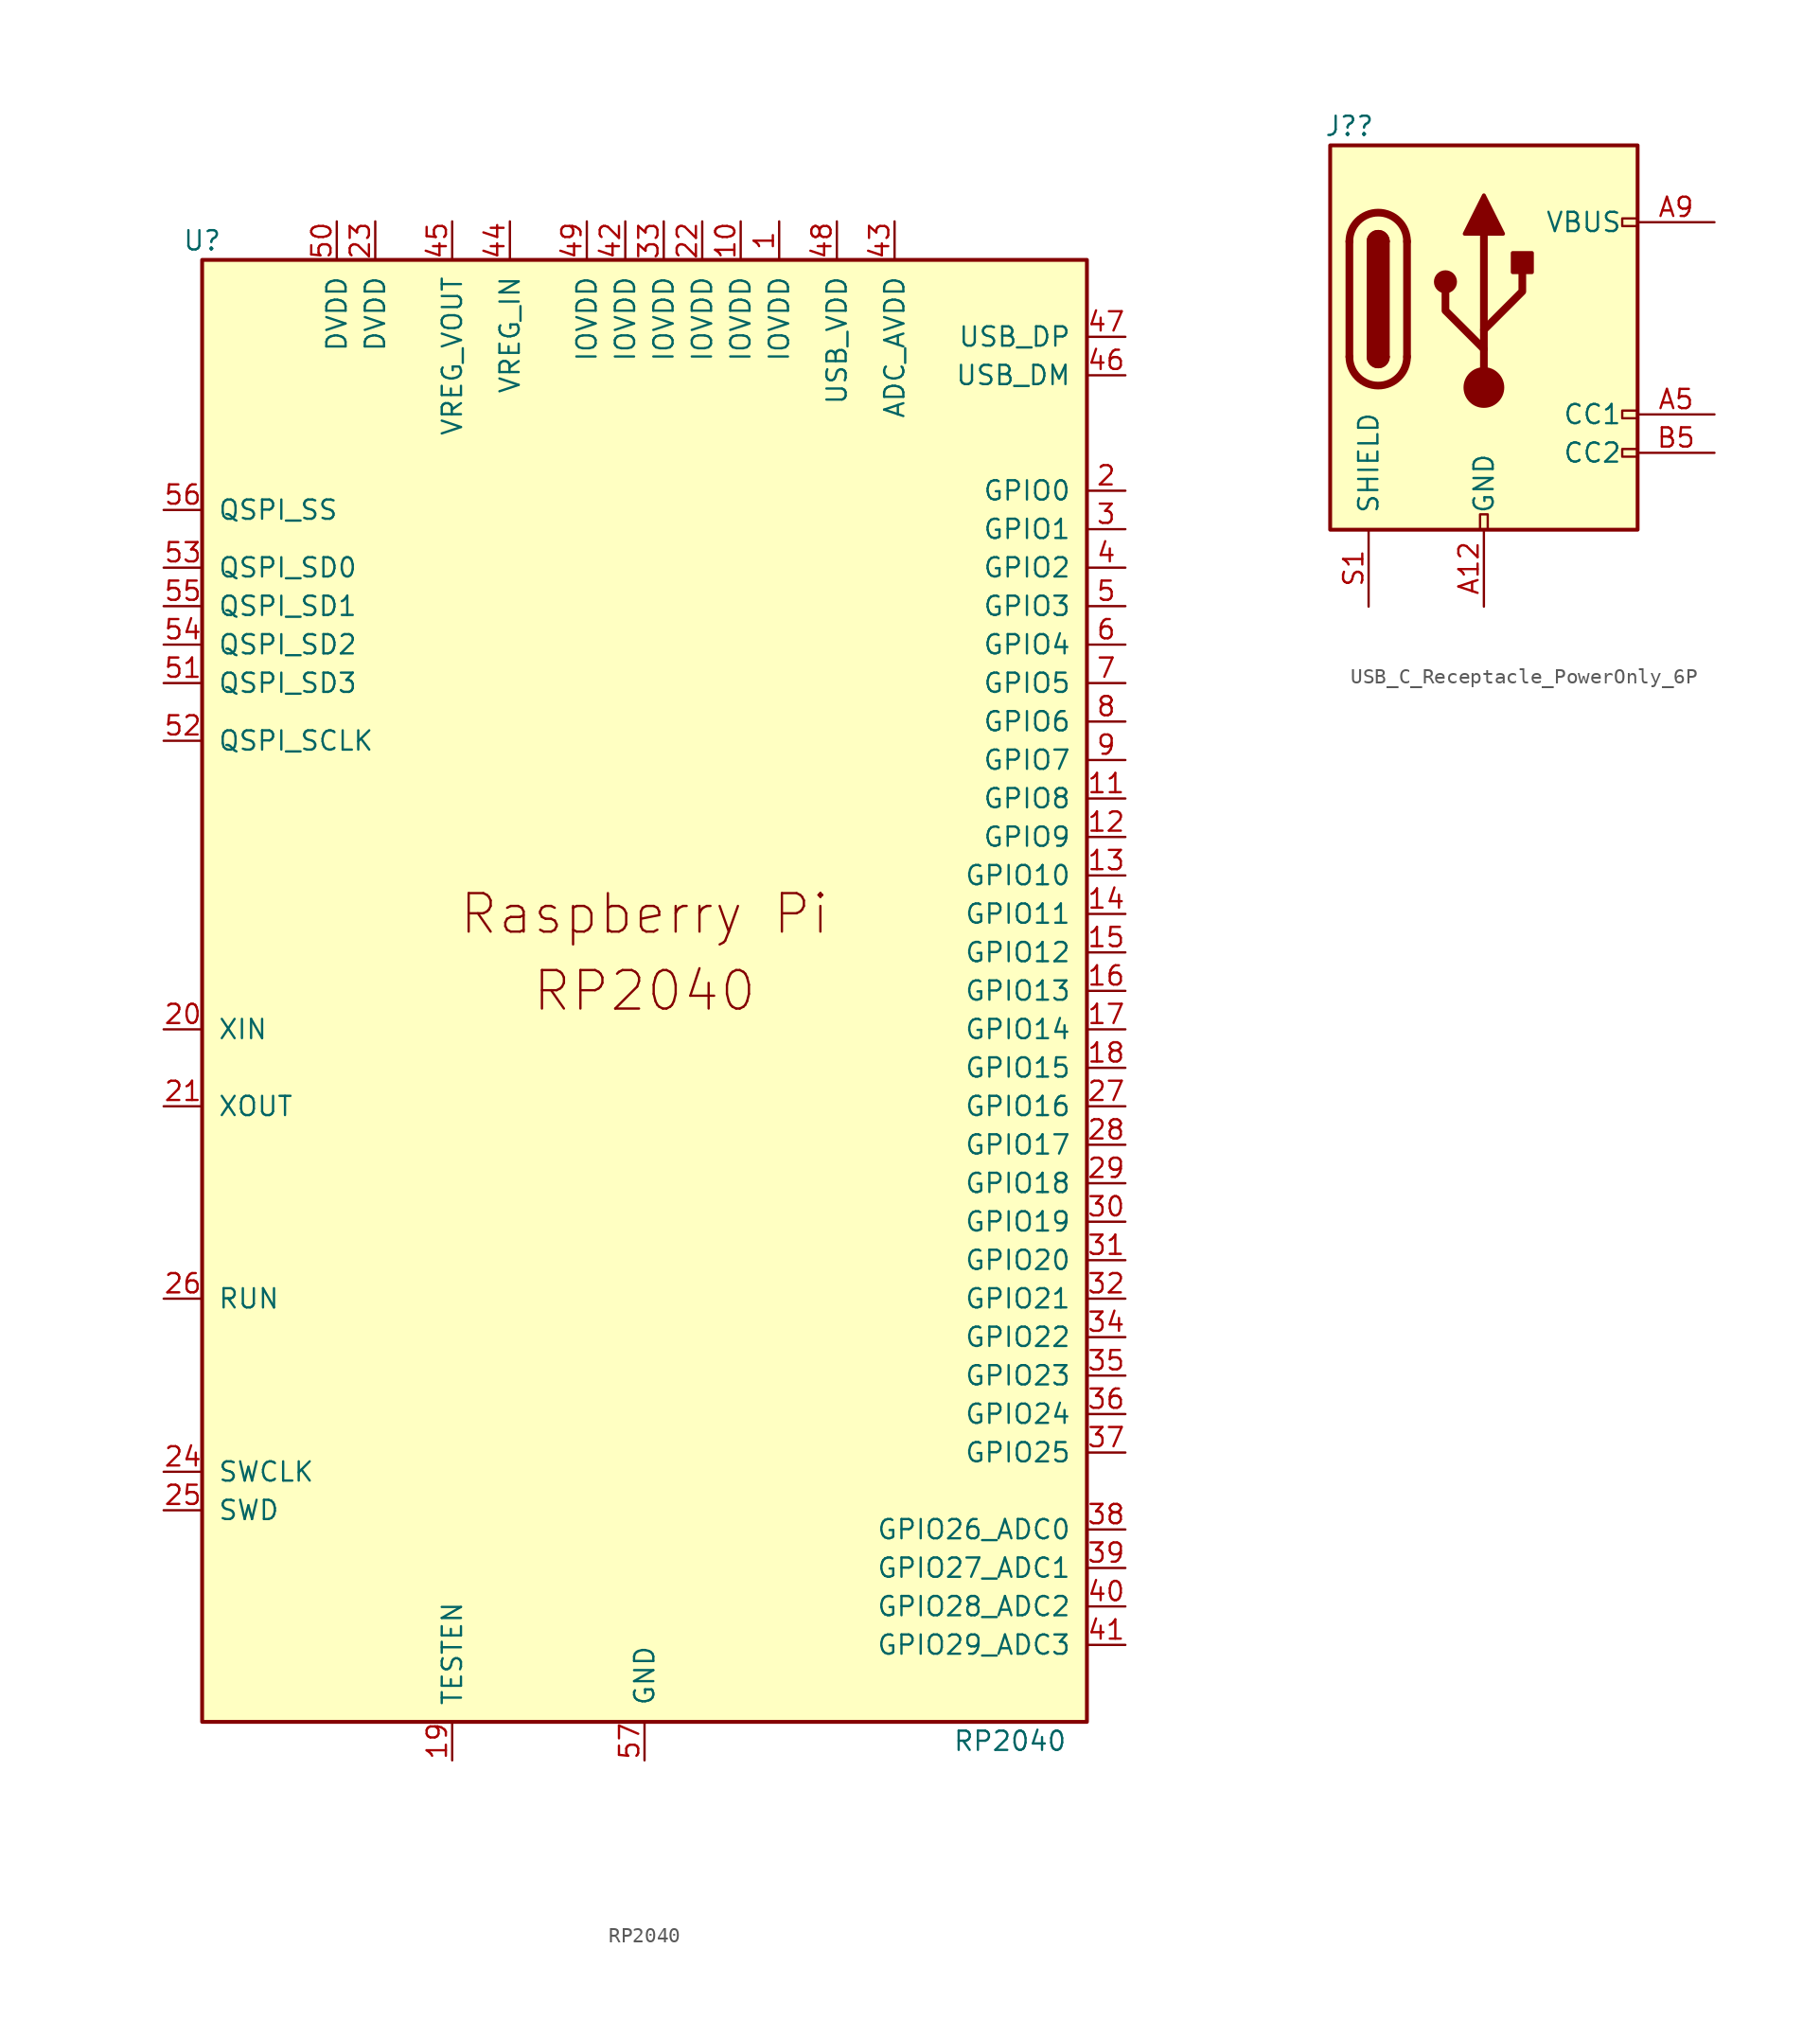
<source format=kicad_sym>
(kicad_symbol_lib
  (version 20241209)
  (generator "kicad_symbol_editor")
  (generator_version "9.0")
  (symbol "RP2040"
    (pin_names
      (offset 1.016))
    (property "Reference" "U"
      (at -29.21 49.53 0)
      (effects (font (size 1.27 1.27))))
    (property "Value" "RP2040"
      (at 24.13 -49.53 0)
      (effects (font (size 1.27 1.27))))
    (symbol "RP2040_0_0"
      (text "Raspberry Pi" (at 0 5.08 0) (effects (font (size 2.54 2.54))))
      (text "RP2040" (at 0 0 0) (effects (font (size 2.54 2.54)))))
    (symbol "RP2040_0_1"
      (rectangle (start 29.21 48.26) (end -29.21 -48.26) (stroke (width 0.254) (type default)) (fill (type background))))
    (symbol "RP2040_1_1"
      (pin bidirectional line (at -31.75 31.75 0) (length 2.54) (name "QSPI_SS" (effects (font (size 1.27 1.27)))) (number "56" (effects (font (size 1.27 1.27)))))
      (pin bidirectional line (at -31.75 27.94 0) (length 2.54) (name "QSPI_SD0" (effects (font (size 1.27 1.27)))) (number "53" (effects (font (size 1.27 1.27)))))
      (pin bidirectional line (at -31.75 25.4 0) (length 2.54) (name "QSPI_SD1" (effects (font (size 1.27 1.27)))) (number "55" (effects (font (size 1.27 1.27)))))
      (pin bidirectional line (at -31.75 22.86 0) (length 2.54) (name "QSPI_SD2" (effects (font (size 1.27 1.27)))) (number "54" (effects (font (size 1.27 1.27)))))
      (pin bidirectional line (at -31.75 20.32 0) (length 2.54) (name "QSPI_SD3" (effects (font (size 1.27 1.27)))) (number "51" (effects (font (size 1.27 1.27)))))
      (pin output line (at -31.75 16.51 0) (length 2.54) (name "QSPI_SCLK" (effects (font (size 1.27 1.27)))) (number "52" (effects (font (size 1.27 1.27)))))
      (pin input line (at -31.75 -2.54 0) (length 2.54) (name "XIN" (effects (font (size 1.27 1.27)))) (number "20" (effects (font (size 1.27 1.27)))))
      (pin passive line (at -31.75 -7.62 0) (length 2.54) (name "XOUT" (effects (font (size 1.27 1.27)))) (number "21" (effects (font (size 1.27 1.27)))))
      (pin input line (at -31.75 -20.32 0) (length 2.54) (name "RUN" (effects (font (size 1.27 1.27)))) (number "26" (effects (font (size 1.27 1.27)))))
      (pin output line (at -31.75 -31.75 0) (length 2.54) (name "SWCLK" (effects (font (size 1.27 1.27)))) (number "24" (effects (font (size 1.27 1.27)))))
      (pin bidirectional line (at -31.75 -34.29 0) (length 2.54) (name "SWD" (effects (font (size 1.27 1.27)))) (number "25" (effects (font (size 1.27 1.27)))))
      (pin power_in line (at -20.32 50.8 270) (length 2.54) (name "DVDD" (effects (font (size 1.27 1.27)))) (number "50" (effects (font (size 1.27 1.27)))))
      (pin power_in line (at -17.78 50.8 270) (length 2.54) (name "DVDD" (effects (font (size 1.27 1.27)))) (number "23" (effects (font (size 1.27 1.27)))))
      (pin power_out line (at -12.7 50.8 270) (length 2.54) (name "VREG_VOUT" (effects (font (size 1.27 1.27)))) (number "45" (effects (font (size 1.27 1.27)))))
      (pin passive line (at -12.7 -50.8 90) (length 2.54) (name "TESTEN" (effects (font (size 1.27 1.27)))) (number "19" (effects (font (size 1.27 1.27)))))
      (pin power_in line (at -8.89 50.8 270) (length 2.54) (name "VREG_IN" (effects (font (size 1.27 1.27)))) (number "44" (effects (font (size 1.27 1.27)))))
      (pin power_in line (at -3.81 50.8 270) (length 2.54) (name "IOVDD" (effects (font (size 1.27 1.27)))) (number "49" (effects (font (size 1.27 1.27)))))
      (pin power_in line (at -1.27 50.8 270) (length 2.54) (name "IOVDD" (effects (font (size 1.27 1.27)))) (number "42" (effects (font (size 1.27 1.27)))))
      (pin power_in line (at 0 -50.8 90) (length 2.54) (name "GND" (effects (font (size 1.27 1.27)))) (number "57" (effects (font (size 1.27 1.27)))))
      (pin power_in line (at 1.27 50.8 270) (length 2.54) (name "IOVDD" (effects (font (size 1.27 1.27)))) (number "33" (effects (font (size 1.27 1.27)))))
      (pin power_in line (at 3.81 50.8 270) (length 2.54) (name "IOVDD" (effects (font (size 1.27 1.27)))) (number "22" (effects (font (size 1.27 1.27)))))
      (pin power_in line (at 6.35 50.8 270) (length 2.54) (name "IOVDD" (effects (font (size 1.27 1.27)))) (number "10" (effects (font (size 1.27 1.27)))))
      (pin power_in line (at 8.89 50.8 270) (length 2.54) (name "IOVDD" (effects (font (size 1.27 1.27)))) (number "1" (effects (font (size 1.27 1.27)))))
      (pin power_in line (at 12.7 50.8 270) (length 2.54) (name "USB_VDD" (effects (font (size 1.27 1.27)))) (number "48" (effects (font (size 1.27 1.27)))))
      (pin power_in line (at 16.51 50.8 270) (length 2.54) (name "ADC_AVDD" (effects (font (size 1.27 1.27)))) (number "43" (effects (font (size 1.27 1.27)))))
      (pin bidirectional line (at 31.75 43.18 180) (length 2.54) (name "USB_DP" (effects (font (size 1.27 1.27)))) (number "47" (effects (font (size 1.27 1.27)))))
      (pin bidirectional line (at 31.75 40.64 180) (length 2.54) (name "USB_DM" (effects (font (size 1.27 1.27)))) (number "46" (effects (font (size 1.27 1.27)))))
      (pin bidirectional line (at 31.75 33.02 180) (length 2.54) (name "GPIO0" (effects (font (size 1.27 1.27)))) (number "2" (effects (font (size 1.27 1.27)))))
      (pin bidirectional line (at 31.75 30.48 180) (length 2.54) (name "GPIO1" (effects (font (size 1.27 1.27)))) (number "3" (effects (font (size 1.27 1.27)))))
      (pin bidirectional line (at 31.75 27.94 180) (length 2.54) (name "GPIO2" (effects (font (size 1.27 1.27)))) (number "4" (effects (font (size 1.27 1.27)))))
      (pin bidirectional line (at 31.75 25.4 180) (length 2.54) (name "GPIO3" (effects (font (size 1.27 1.27)))) (number "5" (effects (font (size 1.27 1.27)))))
      (pin bidirectional line (at 31.75 22.86 180) (length 2.54) (name "GPIO4" (effects (font (size 1.27 1.27)))) (number "6" (effects (font (size 1.27 1.27)))))
      (pin bidirectional line (at 31.75 20.32 180) (length 2.54) (name "GPIO5" (effects (font (size 1.27 1.27)))) (number "7" (effects (font (size 1.27 1.27)))))
      (pin bidirectional line (at 31.75 17.78 180) (length 2.54) (name "GPIO6" (effects (font (size 1.27 1.27)))) (number "8" (effects (font (size 1.27 1.27)))))
      (pin bidirectional line (at 31.75 15.24 180) (length 2.54) (name "GPIO7" (effects (font (size 1.27 1.27)))) (number "9" (effects (font (size 1.27 1.27)))))
      (pin bidirectional line (at 31.75 12.7 180) (length 2.54) (name "GPIO8" (effects (font (size 1.27 1.27)))) (number "11" (effects (font (size 1.27 1.27)))))
      (pin bidirectional line (at 31.75 10.16 180) (length 2.54) (name "GPIO9" (effects (font (size 1.27 1.27)))) (number "12" (effects (font (size 1.27 1.27)))))
      (pin bidirectional line (at 31.75 7.62 180) (length 2.54) (name "GPIO10" (effects (font (size 1.27 1.27)))) (number "13" (effects (font (size 1.27 1.27)))))
      (pin bidirectional line (at 31.75 5.08 180) (length 2.54) (name "GPIO11" (effects (font (size 1.27 1.27)))) (number "14" (effects (font (size 1.27 1.27)))))
      (pin bidirectional line (at 31.75 2.54 180) (length 2.54) (name "GPIO12" (effects (font (size 1.27 1.27)))) (number "15" (effects (font (size 1.27 1.27)))))
      (pin bidirectional line (at 31.75 0 180) (length 2.54) (name "GPIO13" (effects (font (size 1.27 1.27)))) (number "16" (effects (font (size 1.27 1.27)))))
      (pin bidirectional line (at 31.75 -2.54 180) (length 2.54) (name "GPIO14" (effects (font (size 1.27 1.27)))) (number "17" (effects (font (size 1.27 1.27)))))
      (pin bidirectional line (at 31.75 -5.08 180) (length 2.54) (name "GPIO15" (effects (font (size 1.27 1.27)))) (number "18" (effects (font (size 1.27 1.27)))))
      (pin bidirectional line (at 31.75 -7.62 180) (length 2.54) (name "GPIO16" (effects (font (size 1.27 1.27)))) (number "27" (effects (font (size 1.27 1.27)))))
      (pin bidirectional line (at 31.75 -10.16 180) (length 2.54) (name "GPIO17" (effects (font (size 1.27 1.27)))) (number "28" (effects (font (size 1.27 1.27)))))
      (pin bidirectional line (at 31.75 -12.7 180) (length 2.54) (name "GPIO18" (effects (font (size 1.27 1.27)))) (number "29" (effects (font (size 1.27 1.27)))))
      (pin bidirectional line (at 31.75 -15.24 180) (length 2.54) (name "GPIO19" (effects (font (size 1.27 1.27)))) (number "30" (effects (font (size 1.27 1.27)))))
      (pin bidirectional line (at 31.75 -17.78 180) (length 2.54) (name "GPIO20" (effects (font (size 1.27 1.27)))) (number "31" (effects (font (size 1.27 1.27)))))
      (pin bidirectional line (at 31.75 -20.32 180) (length 2.54) (name "GPIO21" (effects (font (size 1.27 1.27)))) (number "32" (effects (font (size 1.27 1.27)))))
      (pin bidirectional line (at 31.75 -22.86 180) (length 2.54) (name "GPIO22" (effects (font (size 1.27 1.27)))) (number "34" (effects (font (size 1.27 1.27)))))
      (pin bidirectional line (at 31.75 -25.4 180) (length 2.54) (name "GPIO23" (effects (font (size 1.27 1.27)))) (number "35" (effects (font (size 1.27 1.27)))))
      (pin bidirectional line (at 31.75 -27.94 180) (length 2.54) (name "GPIO24" (effects (font (size 1.27 1.27)))) (number "36" (effects (font (size 1.27 1.27)))))
      (pin bidirectional line (at 31.75 -30.48 180) (length 2.54) (name "GPIO25" (effects (font (size 1.27 1.27)))) (number "37" (effects (font (size 1.27 1.27)))))
      (pin bidirectional line (at 31.75 -35.56 180) (length 2.54) (name "GPIO26_ADC0" (effects (font (size 1.27 1.27)))) (number "38" (effects (font (size 1.27 1.27)))))
      (pin bidirectional line (at 31.75 -38.1 180) (length 2.54) (name "GPIO27_ADC1" (effects (font (size 1.27 1.27)))) (number "39" (effects (font (size 1.27 1.27)))))
      (pin bidirectional line (at 31.75 -40.64 180) (length 2.54) (name "GPIO28_ADC2" (effects (font (size 1.27 1.27)))) (number "40" (effects (font (size 1.27 1.27)))))
      (pin bidirectional line (at 31.75 -43.18 180) (length 2.54) (name "GPIO29_ADC3" (effects (font (size 1.27 1.27)))) (number "41" (effects (font (size 1.27 1.27)))))))
  (symbol "USB_C_Receptacle_PowerOnly_6P"
    (pin_names
      (offset 1.016))
    (property "Reference" "J?"
      (at -8.89 13.97 0)
      (effects (font (size 1.27 1.27))))
    (symbol "USB_C_Receptacle_PowerOnly_6P_0_0"
      (rectangle (start -0.254 -12.7) (end 0.254 -11.684) (stroke (width 0) (type default)) (fill (type none)))
      (rectangle (start 10.16 7.874) (end 9.144 7.366) (stroke (width 0) (type default)) (fill (type none)))
      (rectangle (start 10.16 -4.826) (end 9.144 -5.334) (stroke (width 0) (type default)) (fill (type none)))
      (rectangle (start 10.16 -7.366) (end 9.144 -7.874) (stroke (width 0) (type default)) (fill (type none))))
    (symbol "USB_C_Receptacle_PowerOnly_6P_0_1"
      (rectangle (start -10.16 12.7) (end 10.16 -12.7) (stroke (width 0.254) (type default)) (fill (type background)))
      (polyline (pts (xy -8.89 -1.27) (xy -8.89 6.35)) (stroke (width 0.508) (type default)) (fill (type none)))
      (rectangle (start -7.62 -1.27) (end -6.35 6.35) (stroke (width 0.254) (type default)) (fill (type outline)))
      (arc (start -7.62 6.35) (mid -6.985 6.9823) (end -6.35 6.35) (stroke (width 0.254) (type default)) (fill (type none)))
      (arc (start -7.62 6.35) (mid -6.985 6.9823) (end -6.35 6.35) (stroke (width 0.254) (type default)) (fill (type outline)))
      (arc (start -8.89 6.35) (mid -6.985 8.2467) (end -5.08 6.35) (stroke (width 0.508) (type default)) (fill (type none)))
      (arc (start -5.08 -1.27) (mid -6.985 -3.1667) (end -8.89 -1.27) (stroke (width 0.508) (type default)) (fill (type none)))
      (arc (start -6.35 -1.27) (mid -6.985 -1.9023) (end -7.62 -1.27) (stroke (width 0.254) (type default)) (fill (type none)))
      (arc (start -6.35 -1.27) (mid -6.985 -1.9023) (end -7.62 -1.27) (stroke (width 0.254) (type default)) (fill (type outline)))
      (polyline (pts (xy -5.08 6.35) (xy -5.08 -1.27)) (stroke (width 0.508) (type default)) (fill (type none)))
      (circle (center -2.54 3.683) (radius 0.635) (stroke (width 0.254) (type default)) (fill (type outline)))
      (polyline (pts (xy -1.27 6.858) (xy 0 9.398) (xy 1.27 6.858) (xy -1.27 6.858)) (stroke (width 0.254) (type default)) (fill (type outline)))
      (polyline (pts (xy 0 0.508) (xy 2.54 3.048) (xy 2.54 4.318)) (stroke (width 0.508) (type default)) (fill (type none)))
      (polyline (pts (xy 0 -0.762) (xy -2.54 1.778) (xy -2.54 3.048)) (stroke (width 0.508) (type default)) (fill (type none)))
      (polyline (pts (xy 0 -3.302) (xy 0 6.858)) (stroke (width 0.508) (type default)) (fill (type none)))
      (circle (center 0 -3.302) (radius 1.27) (stroke (width 0) (type default)) (fill (type outline)))
      (rectangle (start 1.905 4.318) (end 3.175 5.588) (stroke (width 0.254) (type default)) (fill (type outline))))
    (symbol "USB_C_Receptacle_PowerOnly_6P_1_1"
      (pin passive line (at -7.62 -17.78 90) (length 5.08) (name "SHIELD" (effects (font (size 1.27 1.27)))) (number "S1" (effects (font (size 1.27 1.27)))))
      (pin passive line (at 0 -17.78 90) (length 5.08) (name "GND" (effects (font (size 1.27 1.27)))) (number "A12" (effects (font (size 1.27 1.27)))))
      (pin passive line (at 0 -17.78 90) (length 5.08) (hide yes) (name "GND" (effects (font (size 1.27 1.27)))) (number "B12" (effects (font (size 1.27 1.27)))))
      (pin passive line (at 15.24 7.62 180) (length 5.08) (name "VBUS" (effects (font (size 1.27 1.27)))) (number "A9" (effects (font (size 1.27 1.27)))))
      (pin passive line (at 15.24 7.62 180) (length 5.08) (hide yes) (name "VBUS" (effects (font (size 1.27 1.27)))) (number "B9" (effects (font (size 1.27 1.27)))))
      (pin bidirectional line (at 15.24 -5.08 180) (length 5.08) (name "CC1" (effects (font (size 1.27 1.27)))) (number "A5" (effects (font (size 1.27 1.27)))))
      (pin bidirectional line (at 15.24 -7.62 180) (length 5.08) (name "CC2" (effects (font (size 1.27 1.27)))) (number "B5" (effects (font (size 1.27 1.27))))))))
</source>
